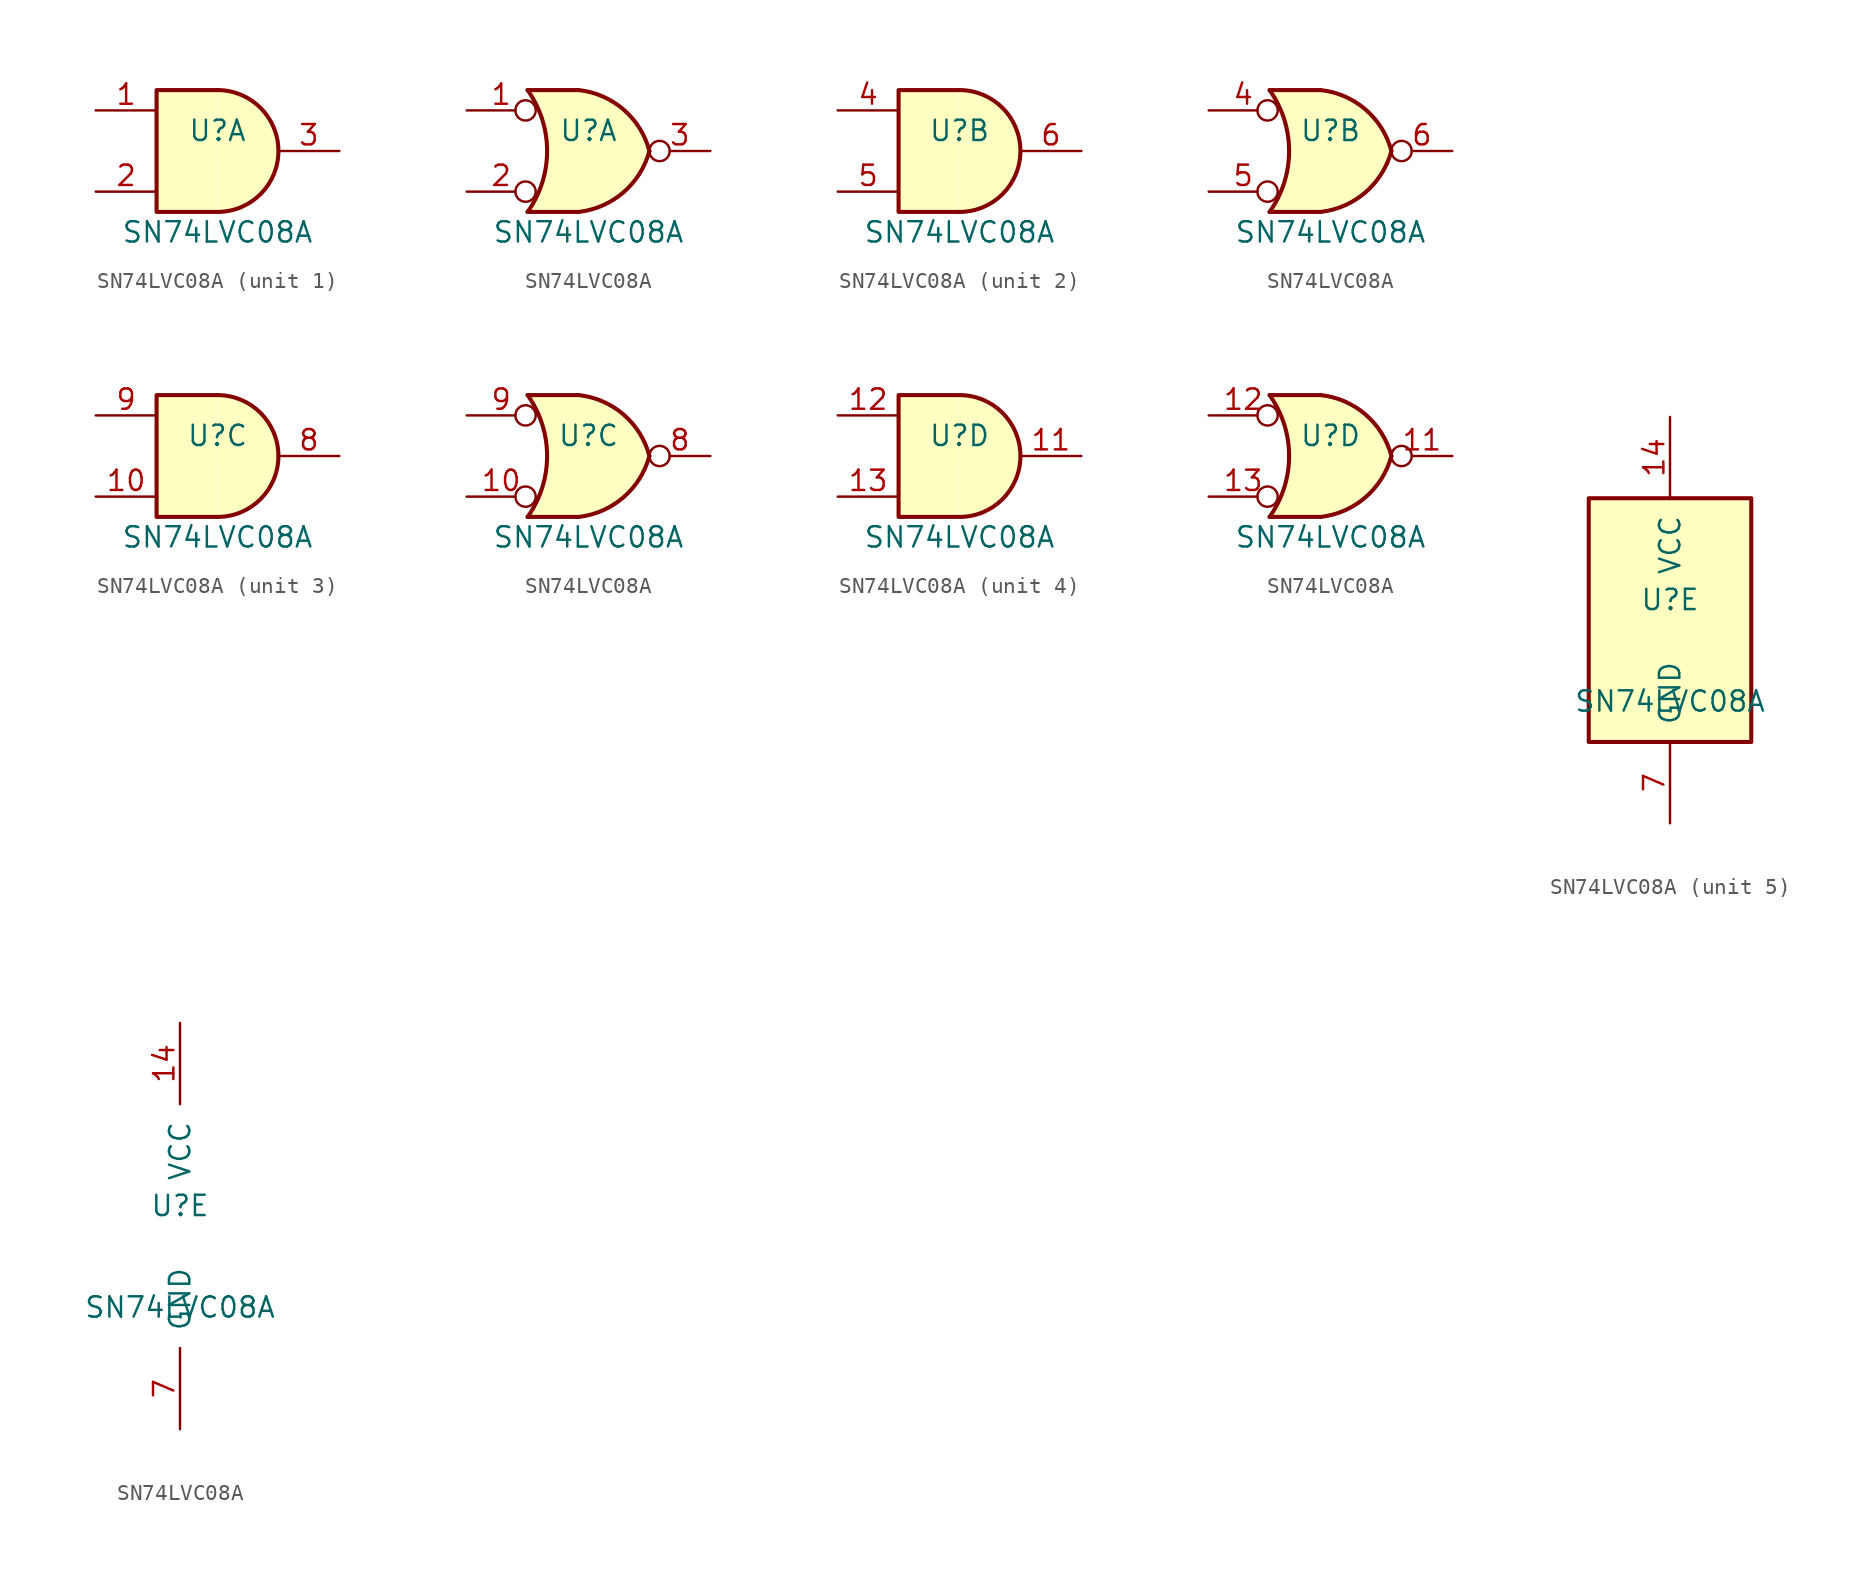
<source format=kicad_sym>
(kicad_symbol_lib
  (version 20211014)
  (generator kicad_symbol_editor)
  (symbol "SN74LVC08A"
    (pin_names
      (offset 1.016))
    (property "Reference" "U"
      (at 0 1.27 0)
      (effects (font (size 1.27 1.27))))
    (property "Value" "SN74LVC08A"
      (at 0 -5.08 0)
      (effects (font (size 1.27 1.27))))
    (property "ki_locked" ""
      (at 0 0 0)
      (effects (font (size 1.27 1.27))))
    (symbol "SN74LVC08A_1_1"
      (arc (start 0 -3.81) (mid 3.81 0) (end 0 3.81) (stroke (width 0.254) (type default) (color 0 0 0 0)) (fill (type background)))
      (polyline (pts (xy 0 3.81) (xy -3.81 3.81) (xy -3.81 -3.81) (xy 0 -3.81)) (stroke (width 0.254) (type default) (color 0 0 0 0)) (fill (type background)))
      (pin input line (at -7.62 2.54 0) (length 3.81) (name "~" (effects (font (size 1.27 1.27)))) (number "1" (effects (font (size 1.27 1.27)))))
      (pin input line (at -7.62 -2.54 0) (length 3.81) (name "~" (effects (font (size 1.27 1.27)))) (number "2" (effects (font (size 1.27 1.27)))))
      (pin output line (at 7.62 0 180) (length 3.81) (name "~" (effects (font (size 1.27 1.27)))) (number "3" (effects (font (size 1.27 1.27))))))
    (symbol "SN74LVC08A_1_2"
      (arc (start -3.81 -3.81) (mid -2.589 0) (end -3.81 3.81) (stroke (width 0.254) (type default) (color 0 0 0 0)) (fill (type none)))
      (arc (start -0.6096 -3.81) (mid 2.1842 -2.5851) (end 3.81 0) (stroke (width 0.254) (type default) (color 0 0 0 0)) (fill (type background)))
      (polyline (pts (xy -3.81 -3.81) (xy -0.635 -3.81)) (stroke (width 0.254) (type default) (color 0 0 0 0)) (fill (type background)))
      (polyline (pts (xy -3.81 3.81) (xy -0.635 3.81)) (stroke (width 0.254) (type default) (color 0 0 0 0)) (fill (type background)))
      (polyline (pts (xy -0.635 3.81) (xy -3.81 3.81) (xy -3.81 3.81) (xy -3.556 3.404) (xy -3.023 2.261) (xy -2.692 1.041) (xy -2.616 -0.254) (xy -2.769 -1.499) (xy -3.175 -2.718) (xy -3.81 -3.81) (xy -3.81 -3.81) (xy -0.635 -3.81)) (stroke (width -25.4) (type default) (color 0 0 0 0)) (fill (type background)))
      (arc (start 3.81 0) (mid 2.1915 2.5936) (end -0.6096 3.81) (stroke (width 0.254) (type default) (color 0 0 0 0)) (fill (type background)))
      (pin input inverted (at -7.62 2.54 0) (length 4.318) (name "~" (effects (font (size 1.27 1.27)))) (number "1" (effects (font (size 1.27 1.27)))))
      (pin input inverted (at -7.62 -2.54 0) (length 4.318) (name "~" (effects (font (size 1.27 1.27)))) (number "2" (effects (font (size 1.27 1.27)))))
      (pin output inverted (at 7.62 0 180) (length 3.81) (name "~" (effects (font (size 1.27 1.27)))) (number "3" (effects (font (size 1.27 1.27))))))
    (symbol "SN74LVC08A_2_1"
      (arc (start 0 -3.81) (mid 3.81 0) (end 0 3.81) (stroke (width 0.254) (type default) (color 0 0 0 0)) (fill (type background)))
      (polyline (pts (xy 0 3.81) (xy -3.81 3.81) (xy -3.81 -3.81) (xy 0 -3.81)) (stroke (width 0.254) (type default) (color 0 0 0 0)) (fill (type background)))
      (pin input line (at -7.62 2.54 0) (length 3.81) (name "~" (effects (font (size 1.27 1.27)))) (number "4" (effects (font (size 1.27 1.27)))))
      (pin input line (at -7.62 -2.54 0) (length 3.81) (name "~" (effects (font (size 1.27 1.27)))) (number "5" (effects (font (size 1.27 1.27)))))
      (pin output line (at 7.62 0 180) (length 3.81) (name "~" (effects (font (size 1.27 1.27)))) (number "6" (effects (font (size 1.27 1.27))))))
    (symbol "SN74LVC08A_2_2"
      (arc (start -3.81 -3.81) (mid -2.589 0) (end -3.81 3.81) (stroke (width 0.254) (type default) (color 0 0 0 0)) (fill (type none)))
      (arc (start -0.6096 -3.81) (mid 2.1842 -2.5851) (end 3.81 0) (stroke (width 0.254) (type default) (color 0 0 0 0)) (fill (type background)))
      (polyline (pts (xy -3.81 -3.81) (xy -0.635 -3.81)) (stroke (width 0.254) (type default) (color 0 0 0 0)) (fill (type background)))
      (polyline (pts (xy -3.81 3.81) (xy -0.635 3.81)) (stroke (width 0.254) (type default) (color 0 0 0 0)) (fill (type background)))
      (polyline (pts (xy -0.635 3.81) (xy -3.81 3.81) (xy -3.81 3.81) (xy -3.556 3.404) (xy -3.023 2.261) (xy -2.692 1.041) (xy -2.616 -0.254) (xy -2.769 -1.499) (xy -3.175 -2.718) (xy -3.81 -3.81) (xy -3.81 -3.81) (xy -0.635 -3.81)) (stroke (width -25.4) (type default) (color 0 0 0 0)) (fill (type background)))
      (arc (start 3.81 0) (mid 2.1915 2.5936) (end -0.6096 3.81) (stroke (width 0.254) (type default) (color 0 0 0 0)) (fill (type background)))
      (pin input inverted (at -7.62 2.54 0) (length 4.318) (name "~" (effects (font (size 1.27 1.27)))) (number "4" (effects (font (size 1.27 1.27)))))
      (pin input inverted (at -7.62 -2.54 0) (length 4.318) (name "~" (effects (font (size 1.27 1.27)))) (number "5" (effects (font (size 1.27 1.27)))))
      (pin output inverted (at 7.62 0 180) (length 3.81) (name "~" (effects (font (size 1.27 1.27)))) (number "6" (effects (font (size 1.27 1.27))))))
    (symbol "SN74LVC08A_3_1"
      (arc (start 0 -3.81) (mid 3.81 0) (end 0 3.81) (stroke (width 0.254) (type default) (color 0 0 0 0)) (fill (type background)))
      (polyline (pts (xy 0 3.81) (xy -3.81 3.81) (xy -3.81 -3.81) (xy 0 -3.81)) (stroke (width 0.254) (type default) (color 0 0 0 0)) (fill (type background)))
      (pin input line (at -7.62 -2.54 0) (length 3.81) (name "~" (effects (font (size 1.27 1.27)))) (number "10" (effects (font (size 1.27 1.27)))))
      (pin output line (at 7.62 0 180) (length 3.81) (name "~" (effects (font (size 1.27 1.27)))) (number "8" (effects (font (size 1.27 1.27)))))
      (pin input line (at -7.62 2.54 0) (length 3.81) (name "~" (effects (font (size 1.27 1.27)))) (number "9" (effects (font (size 1.27 1.27))))))
    (symbol "SN74LVC08A_3_2"
      (arc (start -3.81 -3.81) (mid -2.589 0) (end -3.81 3.81) (stroke (width 0.254) (type default) (color 0 0 0 0)) (fill (type none)))
      (arc (start -0.6096 -3.81) (mid 2.1842 -2.5851) (end 3.81 0) (stroke (width 0.254) (type default) (color 0 0 0 0)) (fill (type background)))
      (polyline (pts (xy -3.81 -3.81) (xy -0.635 -3.81)) (stroke (width 0.254) (type default) (color 0 0 0 0)) (fill (type background)))
      (polyline (pts (xy -3.81 3.81) (xy -0.635 3.81)) (stroke (width 0.254) (type default) (color 0 0 0 0)) (fill (type background)))
      (polyline (pts (xy -0.635 3.81) (xy -3.81 3.81) (xy -3.81 3.81) (xy -3.556 3.404) (xy -3.023 2.261) (xy -2.692 1.041) (xy -2.616 -0.254) (xy -2.769 -1.499) (xy -3.175 -2.718) (xy -3.81 -3.81) (xy -3.81 -3.81) (xy -0.635 -3.81)) (stroke (width -25.4) (type default) (color 0 0 0 0)) (fill (type background)))
      (arc (start 3.81 0) (mid 2.1915 2.5936) (end -0.6096 3.81) (stroke (width 0.254) (type default) (color 0 0 0 0)) (fill (type background)))
      (pin input inverted (at -7.62 -2.54 0) (length 4.318) (name "~" (effects (font (size 1.27 1.27)))) (number "10" (effects (font (size 1.27 1.27)))))
      (pin output inverted (at 7.62 0 180) (length 3.81) (name "~" (effects (font (size 1.27 1.27)))) (number "8" (effects (font (size 1.27 1.27)))))
      (pin input inverted (at -7.62 2.54 0) (length 4.318) (name "~" (effects (font (size 1.27 1.27)))) (number "9" (effects (font (size 1.27 1.27))))))
    (symbol "SN74LVC08A_4_1"
      (arc (start 0 -3.81) (mid 3.81 0) (end 0 3.81) (stroke (width 0.254) (type default) (color 0 0 0 0)) (fill (type background)))
      (polyline (pts (xy 0 3.81) (xy -3.81 3.81) (xy -3.81 -3.81) (xy 0 -3.81)) (stroke (width 0.254) (type default) (color 0 0 0 0)) (fill (type background)))
      (pin output line (at 7.62 0 180) (length 3.81) (name "~" (effects (font (size 1.27 1.27)))) (number "11" (effects (font (size 1.27 1.27)))))
      (pin input line (at -7.62 2.54 0) (length 3.81) (name "~" (effects (font (size 1.27 1.27)))) (number "12" (effects (font (size 1.27 1.27)))))
      (pin input line (at -7.62 -2.54 0) (length 3.81) (name "~" (effects (font (size 1.27 1.27)))) (number "13" (effects (font (size 1.27 1.27))))))
    (symbol "SN74LVC08A_4_2"
      (arc (start -3.81 -3.81) (mid -2.589 0) (end -3.81 3.81) (stroke (width 0.254) (type default) (color 0 0 0 0)) (fill (type none)))
      (arc (start -0.6096 -3.81) (mid 2.1842 -2.5851) (end 3.81 0) (stroke (width 0.254) (type default) (color 0 0 0 0)) (fill (type background)))
      (polyline (pts (xy -3.81 -3.81) (xy -0.635 -3.81)) (stroke (width 0.254) (type default) (color 0 0 0 0)) (fill (type background)))
      (polyline (pts (xy -3.81 3.81) (xy -0.635 3.81)) (stroke (width 0.254) (type default) (color 0 0 0 0)) (fill (type background)))
      (polyline (pts (xy -0.635 3.81) (xy -3.81 3.81) (xy -3.81 3.81) (xy -3.556 3.404) (xy -3.023 2.261) (xy -2.692 1.041) (xy -2.616 -0.254) (xy -2.769 -1.499) (xy -3.175 -2.718) (xy -3.81 -3.81) (xy -3.81 -3.81) (xy -0.635 -3.81)) (stroke (width -25.4) (type default) (color 0 0 0 0)) (fill (type background)))
      (arc (start 3.81 0) (mid 2.1915 2.5936) (end -0.6096 3.81) (stroke (width 0.254) (type default) (color 0 0 0 0)) (fill (type background)))
      (pin output inverted (at 7.62 0 180) (length 3.81) (name "~" (effects (font (size 1.27 1.27)))) (number "11" (effects (font (size 1.27 1.27)))))
      (pin input inverted (at -7.62 2.54 0) (length 4.318) (name "~" (effects (font (size 1.27 1.27)))) (number "12" (effects (font (size 1.27 1.27)))))
      (pin input inverted (at -7.62 -2.54 0) (length 4.318) (name "~" (effects (font (size 1.27 1.27)))) (number "13" (effects (font (size 1.27 1.27))))))
    (symbol "SN74LVC08A_5_0"
      (pin power_in line (at 0 12.7 270) (length 5.08) (name "VCC" (effects (font (size 1.27 1.27)))) (number "14" (effects (font (size 1.27 1.27)))))
      (pin power_in line (at 0 -12.7 90) (length 5.08) (name "GND" (effects (font (size 1.27 1.27)))) (number "7" (effects (font (size 1.27 1.27))))))
    (symbol "SN74LVC08A_5_1"
      (rectangle (start -5.08 7.62) (end 5.08 -7.62) (stroke (width 0.254) (type default) (color 0 0 0 0)) (fill (type background))))))
</source>
